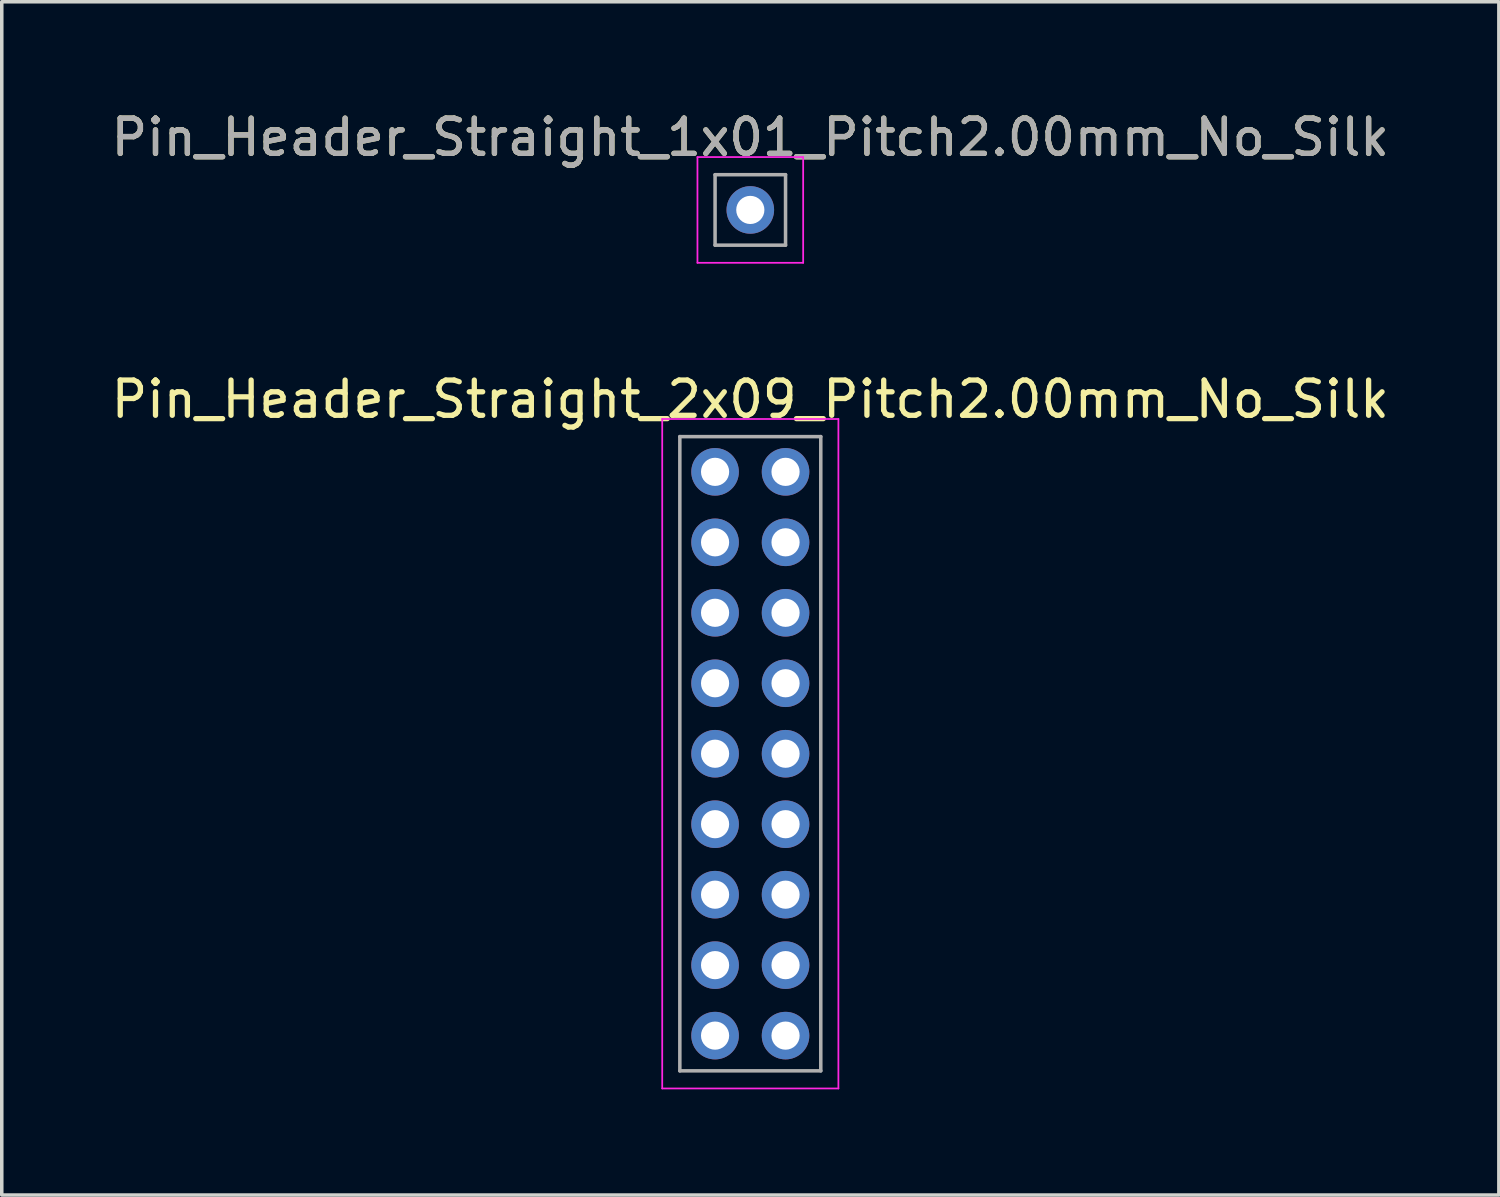
<source format=kicad_pcb>
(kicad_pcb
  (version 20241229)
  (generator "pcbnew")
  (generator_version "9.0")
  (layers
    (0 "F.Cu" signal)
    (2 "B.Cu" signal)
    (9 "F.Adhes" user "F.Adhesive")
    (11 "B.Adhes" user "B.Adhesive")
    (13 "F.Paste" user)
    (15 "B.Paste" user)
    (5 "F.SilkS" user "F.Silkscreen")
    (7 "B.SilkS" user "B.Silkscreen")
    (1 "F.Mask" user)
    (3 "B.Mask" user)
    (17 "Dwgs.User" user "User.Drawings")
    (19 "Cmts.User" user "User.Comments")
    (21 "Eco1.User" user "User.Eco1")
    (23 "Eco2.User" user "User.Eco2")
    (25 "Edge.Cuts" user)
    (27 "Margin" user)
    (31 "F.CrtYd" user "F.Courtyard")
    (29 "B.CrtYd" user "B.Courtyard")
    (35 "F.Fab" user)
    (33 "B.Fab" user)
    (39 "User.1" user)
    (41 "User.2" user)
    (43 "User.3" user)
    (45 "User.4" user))
  (footprint "Pin_Header_Straight_1x01_Pitch2.00mm_No_Silk"
    (layer "F.Cu")
    (at 18.244 2.908)
    (property "Reference" "Pin_Header_Straight_1x01_Pitch2.00mm_No_Silk" (at 0 -2.06 0) (layer "F.SilkS") (effects (font (size 1 1) (thickness 0.15))))
    (attr through_hole)
    (fp_line (start -1.5 -1.5) (end -1.5 1.5) (stroke (width 0.05) (type solid)) (layer "F.CrtYd"))
    (fp_line (start -1.5 1.5) (end 1.5 1.5) (stroke (width 0.05) (type solid)) (layer "F.CrtYd"))
    (fp_line (start 1.5 -1.5) (end -1.5 -1.5) (stroke (width 0.05) (type solid)) (layer "F.CrtYd"))
    (fp_line (start 1.5 1.5) (end 1.5 -1.5) (stroke (width 0.05) (type solid)) (layer "F.CrtYd"))
    (fp_line (start -1 -1) (end -1 1) (stroke (width 0.1) (type solid)) (layer "F.Fab"))
    (fp_line (start -1 1) (end 1 1) (stroke (width 0.1) (type solid)) (layer "F.Fab"))
    (fp_line (start 1 -1) (end -1 -1) (stroke (width 0.1) (type solid)) (layer "F.Fab"))
    (fp_line (start 1 1) (end 1 -1) (stroke (width 0.1) (type solid)) (layer "F.Fab"))
    (fp_text user "${REFERENCE}" (at 0 -2.06 0) (layer "F.Fab") (effects (font (size 1 1) (thickness 0.15))))
    (pad "1" thru_hole circle (at 0 0) (size 1.35 1.35) (drill 0.8) (layers "*.Cu" "*.Mask")))
  (footprint "Pin_Header_Straight_2x09_Pitch2.00mm_No_Silk"
    (layer "F.Cu")
    (at 17.244 10.341)
    (property "Reference" "Pin_Header_Straight_2x09_Pitch2.00mm_No_Silk" (at 1 -2.06 0) (layer "F.SilkS") (effects (font (size 1 1) (thickness 0.15))))
    (attr through_hole)
    (fp_line (start -1.5 -1.5) (end -1.5 17.5) (stroke (width 0.05) (type solid)) (layer "F.CrtYd"))
    (fp_line (start -1.5 17.5) (end 3.5 17.5) (stroke (width 0.05) (type solid)) (layer "F.CrtYd"))
    (fp_line (start 3.5 -1.5) (end -1.5 -1.5) (stroke (width 0.05) (type solid)) (layer "F.CrtYd"))
    (fp_line (start 3.5 17.5) (end 3.5 -1.5) (stroke (width 0.05) (type solid)) (layer "F.CrtYd"))
    (fp_line (start -1 -1) (end -1 17) (stroke (width 0.1) (type solid)) (layer "F.Fab"))
    (fp_line (start -1 17) (end 3 17) (stroke (width 0.1) (type solid)) (layer "F.Fab"))
    (fp_line (start 3 -1) (end -1 -1) (stroke (width 0.1) (type solid)) (layer "F.Fab"))
    (fp_line (start 3 17) (end 3 -1) (stroke (width 0.1) (type solid)) (layer "F.Fab"))
    (pad "1" thru_hole circle (at 0 0) (size 1.35 1.35) (drill 0.8) (layers "*.Cu" "*.Mask"))
    (pad "2" thru_hole oval (at 2 0) (size 1.35 1.35) (drill 0.8) (layers "*.Cu" "*.Mask"))
    (pad "3" thru_hole oval (at 0 2) (size 1.35 1.35) (drill 0.8) (layers "*.Cu" "*.Mask"))
    (pad "4" thru_hole oval (at 2 2) (size 1.35 1.35) (drill 0.8) (layers "*.Cu" "*.Mask"))
    (pad "5" thru_hole oval (at 0 4) (size 1.35 1.35) (drill 0.8) (layers "*.Cu" "*.Mask"))
    (pad "6" thru_hole oval (at 2 4) (size 1.35 1.35) (drill 0.8) (layers "*.Cu" "*.Mask"))
    (pad "7" thru_hole oval (at 0 6) (size 1.35 1.35) (drill 0.8) (layers "*.Cu" "*.Mask"))
    (pad "8" thru_hole oval (at 2 6) (size 1.35 1.35) (drill 0.8) (layers "*.Cu" "*.Mask"))
    (pad "9" thru_hole oval (at 0 8) (size 1.35 1.35) (drill 0.8) (layers "*.Cu" "*.Mask"))
    (pad "10" thru_hole oval (at 2 8) (size 1.35 1.35) (drill 0.8) (layers "*.Cu" "*.Mask"))
    (pad "11" thru_hole oval (at 0 10) (size 1.35 1.35) (drill 0.8) (layers "*.Cu" "*.Mask"))
    (pad "12" thru_hole oval (at 2 10) (size 1.35 1.35) (drill 0.8) (layers "*.Cu" "*.Mask"))
    (pad "13" thru_hole oval (at 0 12) (size 1.35 1.35) (drill 0.8) (layers "*.Cu" "*.Mask"))
    (pad "14" thru_hole oval (at 2 12) (size 1.35 1.35) (drill 0.8) (layers "*.Cu" "*.Mask"))
    (pad "15" thru_hole oval (at 0 14) (size 1.35 1.35) (drill 0.8) (layers "*.Cu" "*.Mask"))
    (pad "16" thru_hole oval (at 2 14) (size 1.35 1.35) (drill 0.8) (layers "*.Cu" "*.Mask"))
    (pad "17" thru_hole oval (at 0 16) (size 1.35 1.35) (drill 0.8) (layers "*.Cu" "*.Mask"))
    (pad "18" thru_hole oval (at 2 16) (size 1.35 1.35) (drill 0.8) (layers "*.Cu" "*.Mask")))
  (gr_rect
    (start -3 -3)
    (end 39.488 30.866)
    (stroke (width 0.1) (type default))
    (fill no)
    (layer "Edge.Cuts")))
</source>
